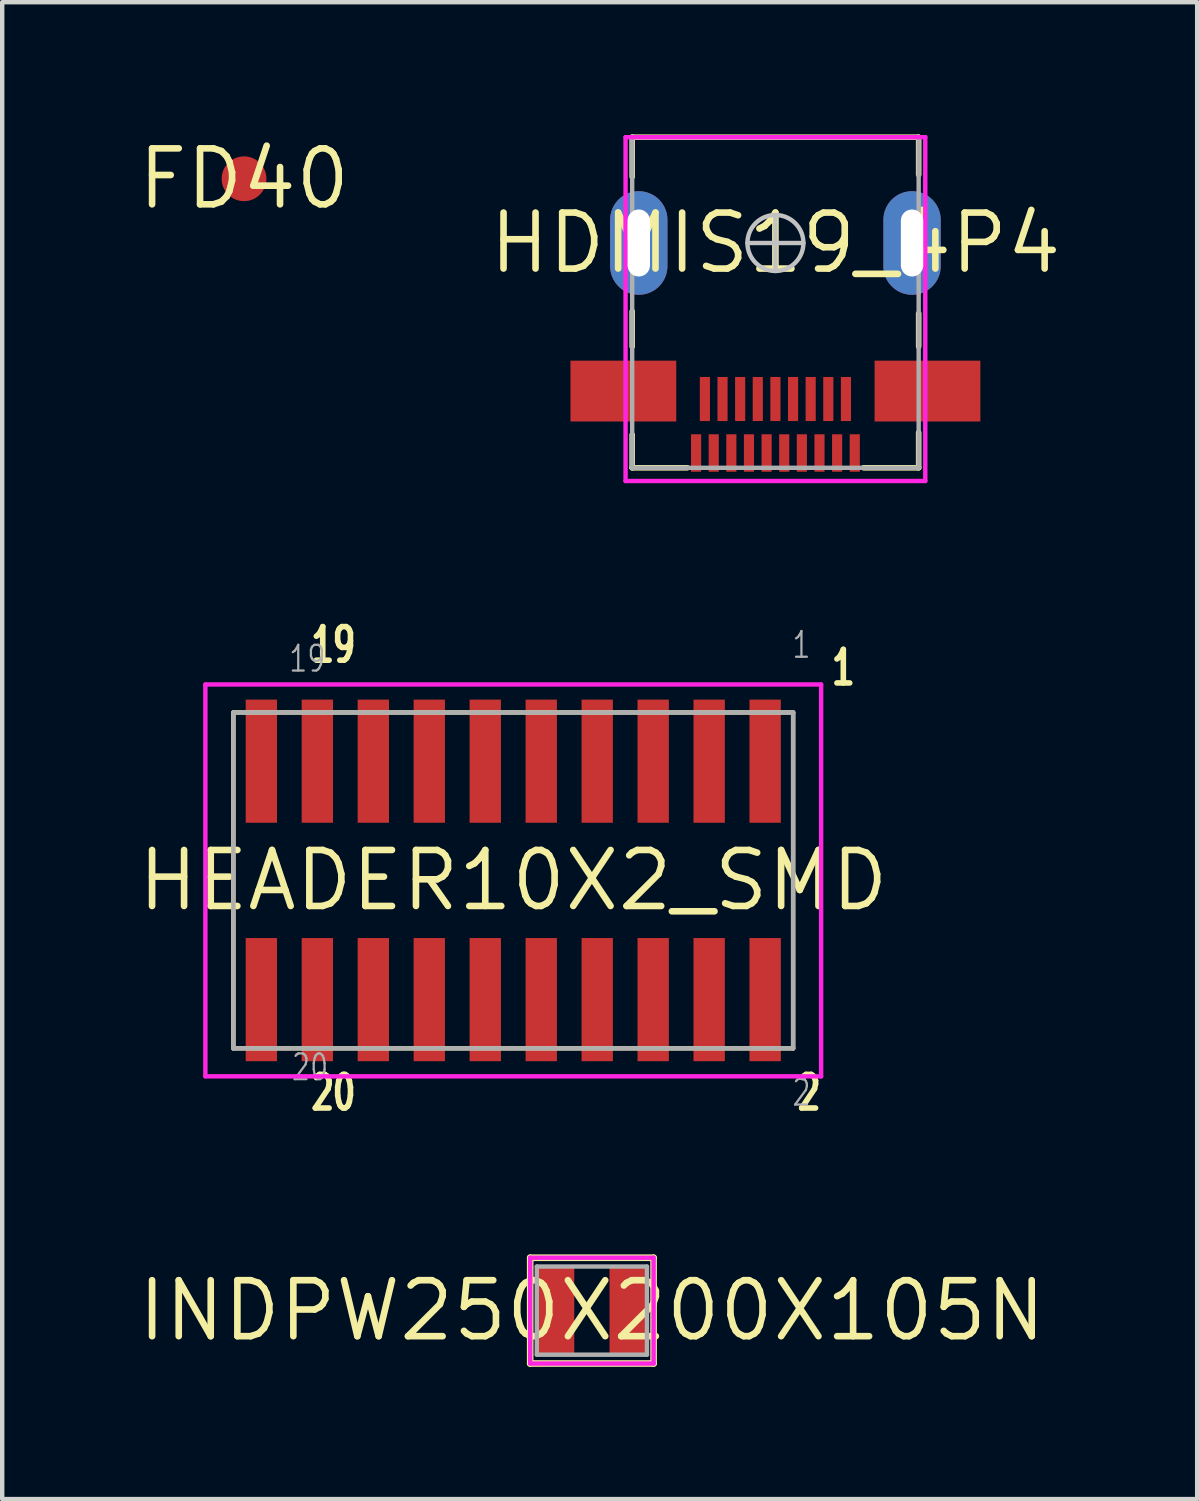
<source format=kicad_pcb>
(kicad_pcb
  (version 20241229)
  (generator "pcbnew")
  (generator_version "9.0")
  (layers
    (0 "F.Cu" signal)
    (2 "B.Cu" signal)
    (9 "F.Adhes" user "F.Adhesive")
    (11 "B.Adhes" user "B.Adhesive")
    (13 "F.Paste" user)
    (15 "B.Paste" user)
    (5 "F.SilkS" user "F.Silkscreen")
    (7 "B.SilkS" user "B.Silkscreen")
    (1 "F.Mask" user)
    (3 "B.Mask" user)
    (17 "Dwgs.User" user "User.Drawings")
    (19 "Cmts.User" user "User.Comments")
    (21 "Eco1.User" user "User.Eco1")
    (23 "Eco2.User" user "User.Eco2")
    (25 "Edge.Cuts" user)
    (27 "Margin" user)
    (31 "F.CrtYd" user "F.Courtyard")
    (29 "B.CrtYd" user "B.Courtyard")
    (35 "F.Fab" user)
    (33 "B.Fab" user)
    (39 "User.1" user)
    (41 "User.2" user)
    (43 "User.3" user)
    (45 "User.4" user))
  (footprint "INDPW250X200X105N"
    (layer "F.Cu")
    (at 10.379 26.686)
    (property "Reference" "INDPW250X200X105N" (at 0 0 180) (layer "F.SilkS") (effects (font (size 1.27 1.27) (thickness 0.15))))
    (fp_line (start -1.4 -1.2) (end -1.4 1.2) (stroke (width 0.15) (type solid)) (layer "F.SilkS"))
    (fp_line (start -1.4 1.2) (end 1.4 1.2) (stroke (width 0.15) (type solid)) (layer "F.SilkS"))
    (fp_line (start 1.4 -1.2) (end -1.4 -1.2) (stroke (width 0.15) (type solid)) (layer "F.SilkS"))
    (fp_line (start 1.4 1.2) (end 1.4 -1.2) (stroke (width 0.15) (type solid)) (layer "F.SilkS"))
    (fp_line (start -1.4 -1.2) (end -1.4 1.2) (stroke (width 0.1) (type solid)) (layer "F.CrtYd"))
    (fp_line (start -1.4 1.2) (end 1.4 1.2) (stroke (width 0.1) (type solid)) (layer "F.CrtYd"))
    (fp_line (start 1.4 -1.2) (end -1.4 -1.2) (stroke (width 0.1) (type solid)) (layer "F.CrtYd"))
    (fp_line (start 1.4 1.2) (end 1.4 -1.2) (stroke (width 0.1) (type solid)) (layer "F.CrtYd"))
    (fp_line (start -1.25 -1) (end 1.25 -1) (stroke (width 0.1) (type solid)) (layer "F.Fab"))
    (fp_line (start -1.25 1) (end -1.25 -1) (stroke (width 0.1) (type solid)) (layer "F.Fab"))
    (fp_line (start 1.25 -1) (end 1.25 1) (stroke (width 0.1) (type solid)) (layer "F.Fab"))
    (fp_line (start 1.25 1) (end -1.25 1) (stroke (width 0.1) (type solid)) (layer "F.Fab"))
    (pad "1" smd rect (at 0.825 0 180) (size 0.85 2) (layers "F.Cu" "F.Mask" "F.Paste"))
    (pad "2" smd rect (at -0.825 0 180) (size 0.85 2) (layers "F.Cu" "F.Mask" "F.Paste")))
  (footprint "FD40"
    (layer "F.Cu")
    (at 2.487 1.006)
    (property "Reference" "FD40" (at 0 0 0) (layer "F.SilkS") (effects (font (size 1.27 1.27) (thickness 0.15))))
    (pad "1" smd circle (at 0 0) (size 1.016 1.016) (layers "*.Paste" "*.Mask" "F.Cu")))
  (footprint "HDMIS19_4P4"
    (layer "F.Cu")
    (at 14.543 2.463)
    (property "Reference" "HDMIS19_4P4" (at 0 0 180) (layer "F.SilkS") (effects (font (size 1.27 1.27) (thickness 0.15))))
    (fp_line (start -3.25 -2.4) (end -3.25 -1.5) (stroke (width 0.127) (type solid)) (layer "F.SilkS"))
    (fp_line (start -3.25 2.35) (end -3.25 1.55) (stroke (width 0.127) (type solid)) (layer "F.SilkS"))
    (fp_line (start -3.25 5.1) (end -3.25 4.35) (stroke (width 0.127) (type solid)) (layer "F.SilkS"))
    (fp_line (start -2 5.1) (end -3.25 5.1) (stroke (width 0.127) (type solid)) (layer "F.SilkS"))
    (fp_line (start 2 5.1) (end 3.25 5.1) (stroke (width 0.127) (type solid)) (layer "F.SilkS"))
    (fp_line (start 3.25 -2.4) (end -3.25 -2.4) (stroke (width 0.127) (type solid)) (layer "F.SilkS"))
    (fp_line (start 3.25 -1.55) (end 3.25 -2.4) (stroke (width 0.127) (type solid)) (layer "F.SilkS"))
    (fp_line (start 3.25 2.35) (end 3.25 1.6) (stroke (width 0.127) (type solid)) (layer "F.SilkS"))
    (fp_line (start 3.25 5.1) (end 3.25 4.3) (stroke (width 0.127) (type solid)) (layer "F.SilkS"))
    (fp_line (start 0 -0.635) (end 0 0.635) (stroke (width 0.1) (type solid)) (layer "Dwgs.User"))
    (fp_line (start 0.635 0) (end -0.635 0) (stroke (width 0.1) (type solid)) (layer "Dwgs.User"))
    (fp_arc (start 0 -0.635) (mid 0 0.635) (end 0 -0.635) (stroke (width 0.1) (type solid)) (layer "Dwgs.User"))
    (fp_line (start -3.4 -2.4) (end 3.4 -2.4) (stroke (width 0.1) (type solid)) (layer "F.CrtYd"))
    (fp_line (start -3.4 5.4) (end -3.4 -2.4) (stroke (width 0.1) (type solid)) (layer "F.CrtYd"))
    (fp_line (start 3.4 -2.4) (end 3.4 5.4) (stroke (width 0.1) (type solid)) (layer "F.CrtYd"))
    (fp_line (start 3.4 5.4) (end -3.4 5.4) (stroke (width 0.1) (type solid)) (layer "F.CrtYd"))
    (fp_line (start -3.25 -2.4) (end 3.25 -2.4) (stroke (width 0.1) (type solid)) (layer "F.Fab"))
    (fp_line (start -3.25 5.1) (end -3.25 -2.4) (stroke (width 0.1) (type solid)) (layer "F.Fab"))
    (fp_line (start 3.25 -2.4) (end 3.25 5.1) (stroke (width 0.1) (type solid)) (layer "F.Fab"))
    (fp_line (start 3.25 5.1) (end -3.25 5.1) (stroke (width 0.1) (type solid)) (layer "F.Fab"))
    (pad "1" smd rect (at -1.8 4.765 180) (size 0.23 0.85) (layers "F.Cu" "F.Mask" "F.Paste"))
    (pad "2" smd rect (at -1.6 3.54 180) (size 0.23 1) (layers "F.Cu" "F.Mask" "F.Paste"))
    (pad "3" smd rect (at -1.4 4.765 180) (size 0.23 0.85) (layers "F.Cu" "F.Mask" "F.Paste"))
    (pad "4" smd rect (at -1.2 3.54 180) (size 0.23 1) (layers "F.Cu" "F.Mask" "F.Paste"))
    (pad "5" smd rect (at -1 4.765 180) (size 0.23 0.85) (layers "F.Cu" "F.Mask" "F.Paste"))
    (pad "6" smd rect (at -0.8 3.54 180) (size 0.23 1) (layers "F.Cu" "F.Mask" "F.Paste"))
    (pad "7" smd rect (at -0.6 4.765 180) (size 0.23 0.85) (layers "F.Cu" "F.Mask" "F.Paste"))
    (pad "8" smd rect (at -0.4 3.54 180) (size 0.23 1) (layers "F.Cu" "F.Mask" "F.Paste"))
    (pad "9" smd rect (at -0.2 4.765 180) (size 0.23 0.85) (layers "F.Cu" "F.Mask" "F.Paste"))
    (pad "10" smd rect (at 0 3.54 180) (size 0.23 1) (layers "F.Cu" "F.Mask" "F.Paste"))
    (pad "11" smd rect (at 0.2 4.765 180) (size 0.23 0.85) (layers "F.Cu" "F.Mask" "F.Paste"))
    (pad "12" smd rect (at 0.4 3.54 180) (size 0.23 1) (layers "F.Cu" "F.Mask" "F.Paste"))
    (pad "13" smd rect (at 0.6 4.765 180) (size 0.23 0.85) (layers "F.Cu" "F.Mask" "F.Paste"))
    (pad "14" smd rect (at 0.8 3.54 180) (size 0.23 1) (layers "F.Cu" "F.Mask" "F.Paste"))
    (pad "15" smd rect (at 1 4.765 180) (size 0.23 0.85) (layers "F.Cu" "F.Mask" "F.Paste"))
    (pad "16" smd rect (at 1.2 3.54 180) (size 0.23 1) (layers "F.Cu" "F.Mask" "F.Paste"))
    (pad "17" smd rect (at 1.4 4.765 180) (size 0.23 0.85) (layers "F.Cu" "F.Mask" "F.Paste"))
    (pad "18" smd rect (at 1.6 3.54 180) (size 0.23 1) (layers "F.Cu" "F.Mask" "F.Paste"))
    (pad "19" smd rect (at 1.8 4.765 180) (size 0.23 0.85) (layers "F.Cu" "F.Mask" "F.Paste"))
    (pad "20" thru_hole oval (at -3.1 0 180) (size 1.3 2.35) (drill oval 0.508 1.52) (layers "*.Cu" "*.Mask"))
    (pad "21" thru_hole oval (at 3.1 0 180) (size 1.3 2.35) (drill oval 0.508 1.52) (layers "*.Cu" "*.Mask"))
    (pad "22" smd rect (at -3.45 3.36 270) (size 1.38 2.4) (layers "F.Cu" "F.Mask" "F.Paste"))
    (pad "23" smd rect (at 3.45 3.36 270) (size 1.38 2.4) (layers "F.Cu" "F.Mask" "F.Paste")))
  (footprint "HEADER10X2_SMD"
    (layer "F.Cu")
    (at 8.595 16.925)
    (property "Reference" "HEADER10X2_SMD" (at 0 0 180) (layer "F.SilkS") (effects (font (size 1.27 1.27) (thickness 0.15))))
    (fp_line (start -6.35 -3.81) (end 6.35 -3.81) (stroke (width 0.1) (type solid)) (layer "F.SilkS"))
    (fp_line (start -6.35 3.81) (end -6.35 -3.81) (stroke (width 0.1) (type solid)) (layer "F.SilkS"))
    (fp_line (start 6.35 -3.81) (end 6.35 3.81) (stroke (width 0.1) (type solid)) (layer "F.SilkS"))
    (fp_line (start 6.35 3.81) (end -6.35 3.81) (stroke (width 0.1) (type solid)) (layer "F.SilkS"))
    (fp_line (start -6.985 -4.445) (end 6.985 -4.445) (stroke (width 0.1) (type solid)) (layer "F.CrtYd"))
    (fp_line (start -6.985 4.445) (end -6.985 -4.445) (stroke (width 0.1) (type solid)) (layer "F.CrtYd"))
    (fp_line (start 6.985 -4.445) (end 6.985 4.445) (stroke (width 0.1) (type solid)) (layer "F.CrtYd"))
    (fp_line (start 6.985 4.445) (end -6.985 4.445) (stroke (width 0.1) (type solid)) (layer "F.CrtYd"))
    (fp_line (start -6.35 -3.81) (end 6.35 -3.81) (stroke (width 0.1) (type solid)) (layer "F.Fab"))
    (fp_line (start -6.35 3.81) (end -6.35 -3.81) (stroke (width 0.1) (type solid)) (layer "F.Fab"))
    (fp_line (start 6.35 -3.81) (end 6.35 3.81) (stroke (width 0.1) (type solid)) (layer "F.Fab"))
    (fp_line (start 6.35 3.81) (end -6.35 3.81) (stroke (width 0.1) (type solid)) (layer "F.Fab"))
    (fp_text user "20" (at -4.648 4.818 180) (layer "F.SilkS") (effects (font (size 0.762 0.508) (thickness 0.152)) (justify left)))
    (fp_text user "19" (at -4.648 -5.342 180) (layer "F.SilkS") (effects (font (size 0.762 0.508) (thickness 0.152)) (justify left)))
    (fp_text user "2" (at 6.388 4.818 180) (layer "F.SilkS") (effects (font (size 0.762 0.508) (thickness 0.152)) (justify left)))
    (fp_text user "1" (at 7.163 -4.826 180) (layer "F.SilkS") (effects (font (size 0.762 0.508) (thickness 0.152)) (justify left)))
    (fp_text user "20" (at -5.055 4.242 180) (layer "F.Fab") (effects (font (size 0.584 0.432) (thickness 0.051)) (justify left)))
    (fp_text user "1" (at 6.299 -5.342 180) (layer "F.Fab") (effects (font (size 0.584 0.432) (thickness 0.051)) (justify left)))
    (fp_text user "19" (at -5.118 -5.029 180) (layer "F.Fab") (effects (font (size 0.584 0.432) (thickness 0.051)) (justify left)))
    (fp_text user "2" (at 6.299 4.818 180) (layer "F.Fab") (effects (font (size 0.584 0.432) (thickness 0.051)) (justify left)))
    (pad "1" smd rect (at 5.715 -2.705 180) (size 0.711 2.794) (layers "F.Cu" "F.Mask" "F.Paste"))
    (pad "2" smd rect (at 5.715 2.705 180) (size 0.711 2.794) (layers "F.Cu" "F.Mask" "F.Paste"))
    (pad "3" smd rect (at 4.445 -2.705 180) (size 0.711 2.794) (layers "F.Cu" "F.Mask" "F.Paste"))
    (pad "4" smd rect (at 4.445 2.705 180) (size 0.711 2.794) (layers "F.Cu" "F.Mask" "F.Paste"))
    (pad "5" smd rect (at 3.175 -2.705 180) (size 0.711 2.794) (layers "F.Cu" "F.Mask" "F.Paste"))
    (pad "6" smd rect (at 3.175 2.705 180) (size 0.711 2.794) (layers "F.Cu" "F.Mask" "F.Paste"))
    (pad "7" smd rect (at 1.905 -2.705 180) (size 0.711 2.794) (layers "F.Cu" "F.Mask" "F.Paste"))
    (pad "8" smd rect (at 1.905 2.705 180) (size 0.711 2.794) (layers "F.Cu" "F.Mask" "F.Paste"))
    (pad "9" smd rect (at 0.635 -2.705 180) (size 0.711 2.794) (layers "F.Cu" "F.Mask" "F.Paste"))
    (pad "10" smd rect (at 0.635 2.705 180) (size 0.711 2.794) (layers "F.Cu" "F.Mask" "F.Paste"))
    (pad "11" smd rect (at -0.635 -2.705 180) (size 0.711 2.794) (layers "F.Cu" "F.Mask" "F.Paste"))
    (pad "12" smd rect (at -0.635 2.705 180) (size 0.711 2.794) (layers "F.Cu" "F.Mask" "F.Paste"))
    (pad "13" smd rect (at -1.905 -2.705 180) (size 0.711 2.794) (layers "F.Cu" "F.Mask" "F.Paste"))
    (pad "14" smd rect (at -1.905 2.705 180) (size 0.711 2.794) (layers "F.Cu" "F.Mask" "F.Paste"))
    (pad "15" smd rect (at -3.175 -2.705 180) (size 0.711 2.794) (layers "F.Cu" "F.Mask" "F.Paste"))
    (pad "16" smd rect (at -3.175 2.705 180) (size 0.711 2.794) (layers "F.Cu" "F.Mask" "F.Paste"))
    (pad "17" smd rect (at -4.445 -2.705 180) (size 0.711 2.794) (layers "F.Cu" "F.Mask" "F.Paste"))
    (pad "18" smd rect (at -4.445 2.705 180) (size 0.711 2.794) (layers "F.Cu" "F.Mask" "F.Paste"))
    (pad "19" smd rect (at -5.715 -2.705 180) (size 0.711 2.794) (layers "F.Cu" "F.Mask" "F.Paste"))
    (pad "20" smd rect (at -5.715 2.705 180) (size 0.711 2.794) (layers "F.Cu" "F.Mask" "F.Paste")))
  (gr_rect
    (start -3 -3)
    (end 24.112 30.961)
    (stroke (width 0.1) (type default))
    (fill no)
    (layer "Edge.Cuts")))
</source>
